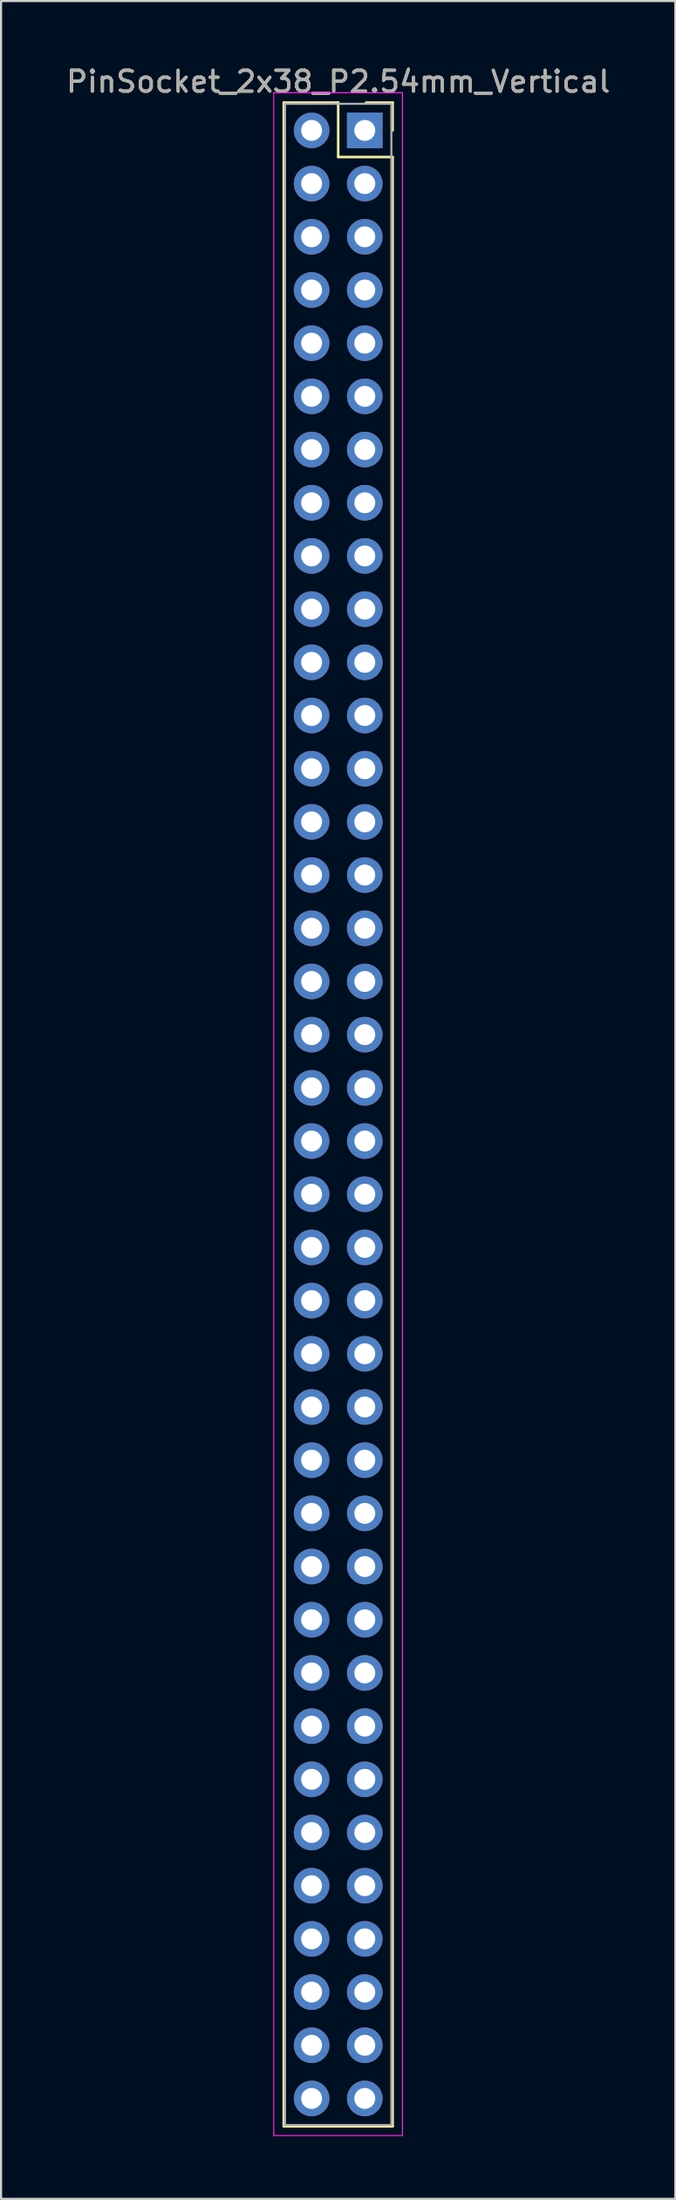
<source format=kicad_pcb>
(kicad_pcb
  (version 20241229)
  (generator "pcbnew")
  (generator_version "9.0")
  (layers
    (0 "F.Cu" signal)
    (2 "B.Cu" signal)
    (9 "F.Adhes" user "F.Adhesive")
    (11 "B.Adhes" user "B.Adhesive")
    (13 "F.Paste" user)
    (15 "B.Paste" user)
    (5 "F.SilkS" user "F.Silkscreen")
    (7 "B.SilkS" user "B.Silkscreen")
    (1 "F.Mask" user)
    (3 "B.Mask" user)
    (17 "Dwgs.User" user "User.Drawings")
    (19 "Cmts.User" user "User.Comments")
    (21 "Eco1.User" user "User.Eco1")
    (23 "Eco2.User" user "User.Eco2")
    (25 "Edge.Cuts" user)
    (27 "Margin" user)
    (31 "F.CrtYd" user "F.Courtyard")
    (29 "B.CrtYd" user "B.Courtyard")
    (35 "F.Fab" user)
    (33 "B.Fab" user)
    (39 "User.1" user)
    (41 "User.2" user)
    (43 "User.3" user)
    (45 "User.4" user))
  (footprint "PinSocket_2x38_P2.54mm_Vertical"
    (layer "F.Cu")
    (at 14.371 3.178)
    (property "Reference" "PinSocket_2x38_P2.54mm_Vertical" (at -1.27 -2.33 0) (layer "F.SilkS") (effects (font (size 1 1) (thickness 0.15))))
    (attr through_hole)
    (fp_line (start -3.87 -1.33) (end -1.27 -1.33) (stroke (width 0.12) (type solid)) (layer "F.SilkS"))
    (fp_line (start -3.87 95.31) (end -3.87 -1.33) (stroke (width 0.12) (type solid)) (layer "F.SilkS"))
    (fp_line (start -1.27 -1.33) (end -1.27 1.27) (stroke (width 0.12) (type solid)) (layer "F.SilkS"))
    (fp_line (start -1.27 1.27) (end 1.33 1.27) (stroke (width 0.12) (type solid)) (layer "F.SilkS"))
    (fp_line (start 1.33 -1.33) (end 0.06 -1.33) (stroke (width 0.12) (type solid)) (layer "F.SilkS"))
    (fp_line (start 1.33 0) (end 1.33 -1.33) (stroke (width 0.12) (type solid)) (layer "F.SilkS"))
    (fp_line (start 1.33 1.27) (end 1.33 95.31) (stroke (width 0.12) (type solid)) (layer "F.SilkS"))
    (fp_line (start 1.33 95.31) (end -3.87 95.31) (stroke (width 0.12) (type solid)) (layer "F.SilkS"))
    (fp_line (start -4.35 -1.8) (end -4.35 95.75) (stroke (width 0.05) (type solid)) (layer "F.CrtYd"))
    (fp_line (start -4.35 95.75) (end 1.8 95.75) (stroke (width 0.05) (type solid)) (layer "F.CrtYd"))
    (fp_line (start 1.8 -1.8) (end -4.35 -1.8) (stroke (width 0.05) (type solid)) (layer "F.CrtYd"))
    (fp_line (start 1.8 95.75) (end 1.8 -1.8) (stroke (width 0.05) (type solid)) (layer "F.CrtYd"))
    (fp_line (start -3.81 -1.27) (end -3.81 95.25) (stroke (width 0.1) (type solid)) (layer "F.Fab"))
    (fp_line (start -3.81 95.25) (end 1.27 95.25) (stroke (width 0.1) (type solid)) (layer "F.Fab"))
    (fp_line (start 1.27 -1.27) (end -3.81 -1.27) (stroke (width 0.1) (type solid)) (layer "F.Fab"))
    (fp_line (start 1.27 95.25) (end 1.27 -1.27) (stroke (width 0.1) (type solid)) (layer "F.Fab"))
    (fp_text user "${REFERENCE}" (at -1.27 -2.33 0) (layer "F.Fab") (effects (font (size 1 1) (thickness 0.15))))
    (pad "1" thru_hole rect (at 0 0) (size 1.7 1.7) (drill 1) (layers "*.Cu" "*.Mask"))
    (pad "2" thru_hole oval (at -2.54 0) (size 1.7 1.7) (drill 1) (layers "*.Cu" "*.Mask"))
    (pad "3" thru_hole oval (at 0 2.54) (size 1.7 1.7) (drill 1) (layers "*.Cu" "*.Mask"))
    (pad "4" thru_hole oval (at -2.54 2.54) (size 1.7 1.7) (drill 1) (layers "*.Cu" "*.Mask"))
    (pad "5" thru_hole oval (at 0 5.08) (size 1.7 1.7) (drill 1) (layers "*.Cu" "*.Mask"))
    (pad "6" thru_hole oval (at -2.54 5.08) (size 1.7 1.7) (drill 1) (layers "*.Cu" "*.Mask"))
    (pad "7" thru_hole oval (at 0 7.62) (size 1.7 1.7) (drill 1) (layers "*.Cu" "*.Mask"))
    (pad "8" thru_hole oval (at -2.54 7.62) (size 1.7 1.7) (drill 1) (layers "*.Cu" "*.Mask"))
    (pad "9" thru_hole oval (at 0 10.16) (size 1.7 1.7) (drill 1) (layers "*.Cu" "*.Mask"))
    (pad "10" thru_hole oval (at -2.54 10.16) (size 1.7 1.7) (drill 1) (layers "*.Cu" "*.Mask"))
    (pad "11" thru_hole oval (at 0 12.7) (size 1.7 1.7) (drill 1) (layers "*.Cu" "*.Mask"))
    (pad "12" thru_hole oval (at -2.54 12.7) (size 1.7 1.7) (drill 1) (layers "*.Cu" "*.Mask"))
    (pad "13" thru_hole oval (at 0 15.24) (size 1.7 1.7) (drill 1) (layers "*.Cu" "*.Mask"))
    (pad "14" thru_hole oval (at -2.54 15.24) (size 1.7 1.7) (drill 1) (layers "*.Cu" "*.Mask"))
    (pad "15" thru_hole oval (at 0 17.78) (size 1.7 1.7) (drill 1) (layers "*.Cu" "*.Mask"))
    (pad "16" thru_hole oval (at -2.54 17.78) (size 1.7 1.7) (drill 1) (layers "*.Cu" "*.Mask"))
    (pad "17" thru_hole oval (at 0 20.32) (size 1.7 1.7) (drill 1) (layers "*.Cu" "*.Mask"))
    (pad "18" thru_hole oval (at -2.54 20.32) (size 1.7 1.7) (drill 1) (layers "*.Cu" "*.Mask"))
    (pad "19" thru_hole oval (at 0 22.86) (size 1.7 1.7) (drill 1) (layers "*.Cu" "*.Mask"))
    (pad "20" thru_hole oval (at -2.54 22.86) (size 1.7 1.7) (drill 1) (layers "*.Cu" "*.Mask"))
    (pad "21" thru_hole oval (at 0 25.4) (size 1.7 1.7) (drill 1) (layers "*.Cu" "*.Mask"))
    (pad "22" thru_hole oval (at -2.54 25.4) (size 1.7 1.7) (drill 1) (layers "*.Cu" "*.Mask"))
    (pad "23" thru_hole oval (at 0 27.94) (size 1.7 1.7) (drill 1) (layers "*.Cu" "*.Mask"))
    (pad "24" thru_hole oval (at -2.54 27.94) (size 1.7 1.7) (drill 1) (layers "*.Cu" "*.Mask"))
    (pad "25" thru_hole oval (at 0 30.48) (size 1.7 1.7) (drill 1) (layers "*.Cu" "*.Mask"))
    (pad "26" thru_hole oval (at -2.54 30.48) (size 1.7 1.7) (drill 1) (layers "*.Cu" "*.Mask"))
    (pad "27" thru_hole oval (at 0 33.02) (size 1.7 1.7) (drill 1) (layers "*.Cu" "*.Mask"))
    (pad "28" thru_hole oval (at -2.54 33.02) (size 1.7 1.7) (drill 1) (layers "*.Cu" "*.Mask"))
    (pad "29" thru_hole oval (at 0 35.56) (size 1.7 1.7) (drill 1) (layers "*.Cu" "*.Mask"))
    (pad "30" thru_hole oval (at -2.54 35.56) (size 1.7 1.7) (drill 1) (layers "*.Cu" "*.Mask"))
    (pad "31" thru_hole oval (at 0 38.1) (size 1.7 1.7) (drill 1) (layers "*.Cu" "*.Mask"))
    (pad "32" thru_hole oval (at -2.54 38.1) (size 1.7 1.7) (drill 1) (layers "*.Cu" "*.Mask"))
    (pad "33" thru_hole oval (at 0 40.64) (size 1.7 1.7) (drill 1) (layers "*.Cu" "*.Mask"))
    (pad "34" thru_hole oval (at -2.54 40.64) (size 1.7 1.7) (drill 1) (layers "*.Cu" "*.Mask"))
    (pad "35" thru_hole oval (at 0 43.18) (size 1.7 1.7) (drill 1) (layers "*.Cu" "*.Mask"))
    (pad "36" thru_hole oval (at -2.54 43.18) (size 1.7 1.7) (drill 1) (layers "*.Cu" "*.Mask"))
    (pad "37" thru_hole oval (at 0 45.72) (size 1.7 1.7) (drill 1) (layers "*.Cu" "*.Mask"))
    (pad "38" thru_hole oval (at -2.54 45.72) (size 1.7 1.7) (drill 1) (layers "*.Cu" "*.Mask"))
    (pad "39" thru_hole oval (at 0 48.26) (size 1.7 1.7) (drill 1) (layers "*.Cu" "*.Mask"))
    (pad "40" thru_hole oval (at -2.54 48.26) (size 1.7 1.7) (drill 1) (layers "*.Cu" "*.Mask"))
    (pad "41" thru_hole oval (at 0 50.8) (size 1.7 1.7) (drill 1) (layers "*.Cu" "*.Mask"))
    (pad "42" thru_hole oval (at -2.54 50.8) (size 1.7 1.7) (drill 1) (layers "*.Cu" "*.Mask"))
    (pad "43" thru_hole oval (at 0 53.34) (size 1.7 1.7) (drill 1) (layers "*.Cu" "*.Mask"))
    (pad "44" thru_hole oval (at -2.54 53.34) (size 1.7 1.7) (drill 1) (layers "*.Cu" "*.Mask"))
    (pad "45" thru_hole oval (at 0 55.88) (size 1.7 1.7) (drill 1) (layers "*.Cu" "*.Mask"))
    (pad "46" thru_hole oval (at -2.54 55.88) (size 1.7 1.7) (drill 1) (layers "*.Cu" "*.Mask"))
    (pad "47" thru_hole oval (at 0 58.42) (size 1.7 1.7) (drill 1) (layers "*.Cu" "*.Mask"))
    (pad "48" thru_hole oval (at -2.54 58.42) (size 1.7 1.7) (drill 1) (layers "*.Cu" "*.Mask"))
    (pad "49" thru_hole oval (at 0 60.96) (size 1.7 1.7) (drill 1) (layers "*.Cu" "*.Mask"))
    (pad "50" thru_hole oval (at -2.54 60.96) (size 1.7 1.7) (drill 1) (layers "*.Cu" "*.Mask"))
    (pad "51" thru_hole oval (at 0 63.5) (size 1.7 1.7) (drill 1) (layers "*.Cu" "*.Mask"))
    (pad "52" thru_hole oval (at -2.54 63.5) (size 1.7 1.7) (drill 1) (layers "*.Cu" "*.Mask"))
    (pad "53" thru_hole oval (at 0 66.04) (size 1.7 1.7) (drill 1) (layers "*.Cu" "*.Mask"))
    (pad "54" thru_hole oval (at -2.54 66.04) (size 1.7 1.7) (drill 1) (layers "*.Cu" "*.Mask"))
    (pad "55" thru_hole oval (at 0 68.58) (size 1.7 1.7) (drill 1) (layers "*.Cu" "*.Mask"))
    (pad "56" thru_hole oval (at -2.54 68.58) (size 1.7 1.7) (drill 1) (layers "*.Cu" "*.Mask"))
    (pad "57" thru_hole oval (at 0 71.12) (size 1.7 1.7) (drill 1) (layers "*.Cu" "*.Mask"))
    (pad "58" thru_hole oval (at -2.54 71.12) (size 1.7 1.7) (drill 1) (layers "*.Cu" "*.Mask"))
    (pad "59" thru_hole oval (at 0 73.66) (size 1.7 1.7) (drill 1) (layers "*.Cu" "*.Mask"))
    (pad "60" thru_hole oval (at -2.54 73.66) (size 1.7 1.7) (drill 1) (layers "*.Cu" "*.Mask"))
    (pad "61" thru_hole oval (at 0 76.2) (size 1.7 1.7) (drill 1) (layers "*.Cu" "*.Mask"))
    (pad "62" thru_hole oval (at -2.54 76.2) (size 1.7 1.7) (drill 1) (layers "*.Cu" "*.Mask"))
    (pad "63" thru_hole oval (at 0 78.74) (size 1.7 1.7) (drill 1) (layers "*.Cu" "*.Mask"))
    (pad "64" thru_hole oval (at -2.54 78.74) (size 1.7 1.7) (drill 1) (layers "*.Cu" "*.Mask"))
    (pad "65" thru_hole oval (at 0 81.28) (size 1.7 1.7) (drill 1) (layers "*.Cu" "*.Mask"))
    (pad "66" thru_hole oval (at -2.54 81.28) (size 1.7 1.7) (drill 1) (layers "*.Cu" "*.Mask"))
    (pad "67" thru_hole oval (at 0 83.82) (size 1.7 1.7) (drill 1) (layers "*.Cu" "*.Mask"))
    (pad "68" thru_hole oval (at -2.54 83.82) (size 1.7 1.7) (drill 1) (layers "*.Cu" "*.Mask"))
    (pad "69" thru_hole oval (at 0 86.36) (size 1.7 1.7) (drill 1) (layers "*.Cu" "*.Mask"))
    (pad "70" thru_hole oval (at -2.54 86.36) (size 1.7 1.7) (drill 1) (layers "*.Cu" "*.Mask"))
    (pad "71" thru_hole oval (at 0 88.9) (size 1.7 1.7) (drill 1) (layers "*.Cu" "*.Mask"))
    (pad "72" thru_hole oval (at -2.54 88.9) (size 1.7 1.7) (drill 1) (layers "*.Cu" "*.Mask"))
    (pad "73" thru_hole oval (at 0 91.44) (size 1.7 1.7) (drill 1) (layers "*.Cu" "*.Mask"))
    (pad "74" thru_hole oval (at -2.54 91.44) (size 1.7 1.7) (drill 1) (layers "*.Cu" "*.Mask"))
    (pad "75" thru_hole oval (at 0 93.98) (size 1.7 1.7) (drill 1) (layers "*.Cu" "*.Mask"))
    (pad "76" thru_hole oval (at -2.54 93.98) (size 1.7 1.7) (drill 1) (layers "*.Cu" "*.Mask")))
  (gr_rect
    (start -3 -3)
    (end 29.202 101.953)
    (stroke (width 0.1) (type default))
    (fill no)
    (layer "Edge.Cuts")))
</source>
